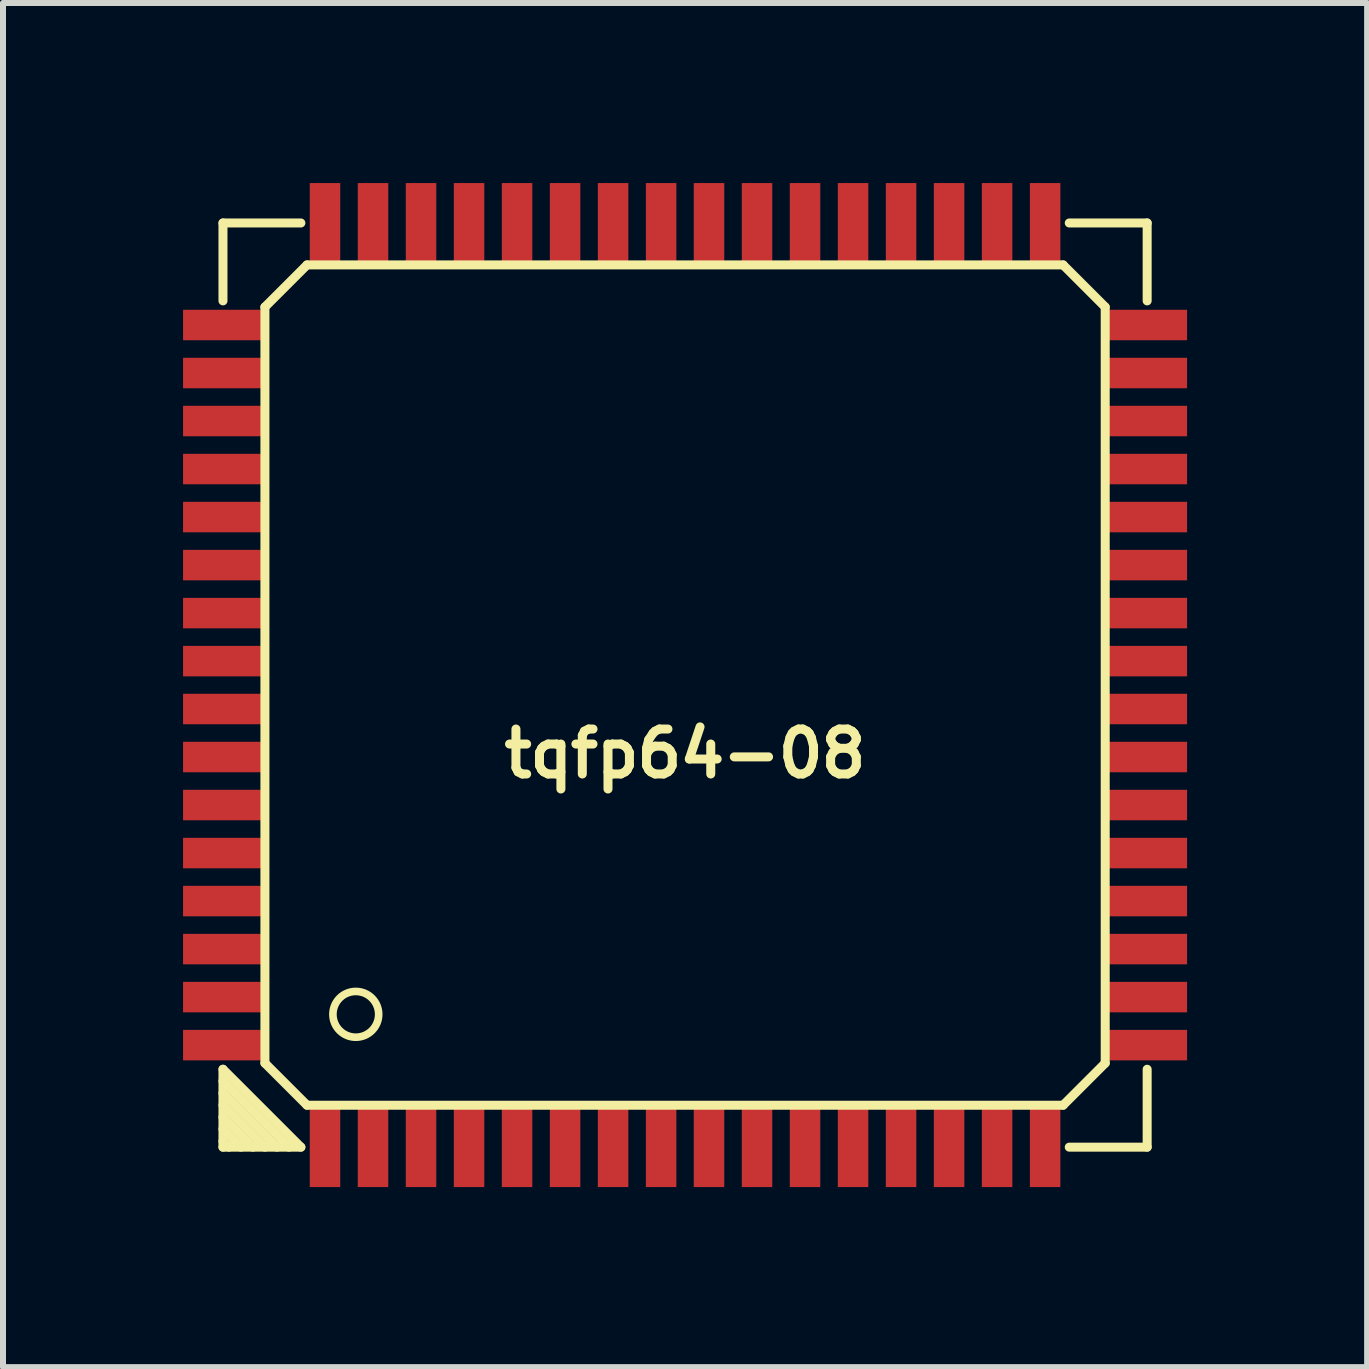
<source format=kicad_pcb>
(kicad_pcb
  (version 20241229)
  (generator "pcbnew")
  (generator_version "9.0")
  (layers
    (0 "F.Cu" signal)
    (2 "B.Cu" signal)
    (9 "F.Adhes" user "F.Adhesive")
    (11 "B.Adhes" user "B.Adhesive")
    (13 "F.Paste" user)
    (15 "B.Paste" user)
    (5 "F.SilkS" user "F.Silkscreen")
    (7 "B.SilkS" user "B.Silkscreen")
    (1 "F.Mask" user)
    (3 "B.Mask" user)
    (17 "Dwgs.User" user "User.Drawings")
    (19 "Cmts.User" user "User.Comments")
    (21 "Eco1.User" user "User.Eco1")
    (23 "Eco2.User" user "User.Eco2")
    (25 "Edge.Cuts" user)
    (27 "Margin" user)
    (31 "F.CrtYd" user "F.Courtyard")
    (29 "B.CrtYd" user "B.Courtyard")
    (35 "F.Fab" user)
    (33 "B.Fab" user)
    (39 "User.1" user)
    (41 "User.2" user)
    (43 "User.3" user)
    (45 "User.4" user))
  (footprint "tqfp64-08"
    (layer "F.Cu")
    (at 8.364 8.364)
    (property "Reference" "tqfp64-08" (at 0 1.143 0) (layer "F.SilkS") (effects (font (size 0.749 0.749) (thickness 0.15))))
    (attr through_hole)
    (fp_line (start -7.699 -7.699) (end -6.401 -7.699) (stroke (width 0.15) (type solid)) (layer "F.SilkS"))
    (fp_line (start -7.699 -6.401) (end -7.699 -7.699) (stroke (width 0.15) (type solid)) (layer "F.SilkS"))
    (fp_line (start -7.699 6.401) (end -6.401 7.699) (stroke (width 0.15) (type solid)) (layer "F.SilkS"))
    (fp_line (start -7.699 6.599) (end -6.599 7.699) (stroke (width 0.15) (type solid)) (layer "F.SilkS"))
    (fp_line (start -7.699 7) (end -7 7.699) (stroke (width 0.15) (type solid)) (layer "F.SilkS"))
    (fp_line (start -7.699 7.399) (end -7.399 7.699) (stroke (width 0.15) (type solid)) (layer "F.SilkS"))
    (fp_line (start -7.699 7.699) (end -7.699 6.401) (stroke (width 0.15) (type solid)) (layer "F.SilkS"))
    (fp_line (start -7.699 7.699) (end -6.401 7.699) (stroke (width 0.15) (type solid)) (layer "F.SilkS"))
    (fp_line (start -7.6 7.699) (end -7.699 7.6) (stroke (width 0.15) (type solid)) (layer "F.SilkS"))
    (fp_line (start -7.201 7.699) (end -7.699 7.201) (stroke (width 0.15) (type solid)) (layer "F.SilkS"))
    (fp_line (start -7 -6.299) (end -7 6.299) (stroke (width 0.15) (type solid)) (layer "F.SilkS"))
    (fp_line (start -7 6.299) (end -6.299 7) (stroke (width 0.15) (type solid)) (layer "F.SilkS"))
    (fp_line (start -6.8 7.699) (end -7.699 6.8) (stroke (width 0.15) (type solid)) (layer "F.SilkS"))
    (fp_line (start -6.299 -7) (end -7 -6.299) (stroke (width 0.15) (type solid)) (layer "F.SilkS"))
    (fp_line (start -6.299 7) (end 6.299 7) (stroke (width 0.15) (type solid)) (layer "F.SilkS"))
    (fp_line (start 6.299 -7) (end -6.299 -7) (stroke (width 0.15) (type solid)) (layer "F.SilkS"))
    (fp_line (start 6.299 7) (end 7 6.299) (stroke (width 0.15) (type solid)) (layer "F.SilkS"))
    (fp_line (start 6.401 -7.699) (end 7.699 -7.699) (stroke (width 0.15) (type solid)) (layer "F.SilkS"))
    (fp_line (start 6.401 7.699) (end 7.699 7.699) (stroke (width 0.15) (type solid)) (layer "F.SilkS"))
    (fp_line (start 7 -6.299) (end 6.299 -7) (stroke (width 0.15) (type solid)) (layer "F.SilkS"))
    (fp_line (start 7 6.299) (end 7 -6.299) (stroke (width 0.15) (type solid)) (layer "F.SilkS"))
    (fp_line (start 7.699 -7.699) (end 7.699 -6.401) (stroke (width 0.15) (type solid)) (layer "F.SilkS"))
    (fp_line (start 7.699 7.699) (end 7.699 6.401) (stroke (width 0.15) (type solid)) (layer "F.SilkS"))
    (fp_circle (center -5.486 5.486) (end -5.715 5.791) (stroke (width 0.127) (type solid)) (fill no) (layer "F.SilkS"))
    (pad "1" smd rect (at -5.999 7.714) (size 0.508 1.3) (layers "F.Cu" "F.Mask" "F.Paste"))
    (pad "2" smd rect (at -5.199 7.714) (size 0.508 1.3) (layers "F.Cu" "F.Mask" "F.Paste"))
    (pad "3" smd rect (at -4.399 7.714) (size 0.508 1.3) (layers "F.Cu" "F.Mask" "F.Paste"))
    (pad "4" smd rect (at -3.599 7.714) (size 0.508 1.3) (layers "F.Cu" "F.Mask" "F.Paste"))
    (pad "5" smd rect (at -2.799 7.714) (size 0.508 1.3) (layers "F.Cu" "F.Mask" "F.Paste"))
    (pad "6" smd rect (at -1.999 7.714) (size 0.508 1.3) (layers "F.Cu" "F.Mask" "F.Paste"))
    (pad "7" smd rect (at -1.199 7.714) (size 0.508 1.3) (layers "F.Cu" "F.Mask" "F.Paste"))
    (pad "8" smd rect (at -0.399 7.714) (size 0.508 1.3) (layers "F.Cu" "F.Mask" "F.Paste"))
    (pad "9" smd rect (at 0.399 7.714) (size 0.508 1.3) (layers "F.Cu" "F.Mask" "F.Paste"))
    (pad "10" smd rect (at 1.199 7.714) (size 0.508 1.3) (layers "F.Cu" "F.Mask" "F.Paste"))
    (pad "11" smd rect (at 1.999 7.714) (size 0.508 1.3) (layers "F.Cu" "F.Mask" "F.Paste"))
    (pad "12" smd rect (at 2.799 7.714) (size 0.508 1.3) (layers "F.Cu" "F.Mask" "F.Paste"))
    (pad "13" smd rect (at 3.599 7.714) (size 0.508 1.3) (layers "F.Cu" "F.Mask" "F.Paste"))
    (pad "14" smd rect (at 4.399 7.714) (size 0.508 1.3) (layers "F.Cu" "F.Mask" "F.Paste"))
    (pad "15" smd rect (at 5.199 7.714) (size 0.508 1.3) (layers "F.Cu" "F.Mask" "F.Paste"))
    (pad "16" smd rect (at 5.999 7.714) (size 0.508 1.3) (layers "F.Cu" "F.Mask" "F.Paste"))
    (pad "17" smd rect (at 7.714 5.999) (size 1.3 0.508) (layers "F.Cu" "F.Mask" "F.Paste"))
    (pad "18" smd rect (at 7.714 5.199) (size 1.3 0.508) (layers "F.Cu" "F.Mask" "F.Paste"))
    (pad "19" smd rect (at 7.714 4.399) (size 1.3 0.508) (layers "F.Cu" "F.Mask" "F.Paste"))
    (pad "20" smd rect (at 7.714 3.599) (size 1.3 0.508) (layers "F.Cu" "F.Mask" "F.Paste"))
    (pad "21" smd rect (at 7.714 2.799) (size 1.3 0.508) (layers "F.Cu" "F.Mask" "F.Paste"))
    (pad "22" smd rect (at 7.714 1.999) (size 1.3 0.508) (layers "F.Cu" "F.Mask" "F.Paste"))
    (pad "23" smd rect (at 7.714 1.199) (size 1.3 0.508) (layers "F.Cu" "F.Mask" "F.Paste"))
    (pad "24" smd rect (at 7.714 0.399) (size 1.3 0.508) (layers "F.Cu" "F.Mask" "F.Paste"))
    (pad "25" smd rect (at 7.714 -0.399) (size 1.3 0.508) (layers "F.Cu" "F.Mask" "F.Paste"))
    (pad "26" smd rect (at 7.714 -1.199) (size 1.3 0.508) (layers "F.Cu" "F.Mask" "F.Paste"))
    (pad "27" smd rect (at 7.714 -1.999) (size 1.3 0.508) (layers "F.Cu" "F.Mask" "F.Paste"))
    (pad "28" smd rect (at 7.714 -2.799) (size 1.3 0.508) (layers "F.Cu" "F.Mask" "F.Paste"))
    (pad "29" smd rect (at 7.714 -3.599) (size 1.3 0.508) (layers "F.Cu" "F.Mask" "F.Paste"))
    (pad "30" smd rect (at 7.714 -4.399) (size 1.3 0.508) (layers "F.Cu" "F.Mask" "F.Paste"))
    (pad "31" smd rect (at 7.714 -5.199) (size 1.3 0.508) (layers "F.Cu" "F.Mask" "F.Paste"))
    (pad "32" smd rect (at 7.714 -5.999) (size 1.3 0.508) (layers "F.Cu" "F.Mask" "F.Paste"))
    (pad "33" smd rect (at 5.999 -7.714) (size 0.508 1.3) (layers "F.Cu" "F.Mask" "F.Paste"))
    (pad "34" smd rect (at 5.199 -7.714) (size 0.508 1.3) (layers "F.Cu" "F.Mask" "F.Paste"))
    (pad "35" smd rect (at 4.399 -7.714) (size 0.508 1.3) (layers "F.Cu" "F.Mask" "F.Paste"))
    (pad "36" smd rect (at 3.599 -7.714) (size 0.508 1.3) (layers "F.Cu" "F.Mask" "F.Paste"))
    (pad "37" smd rect (at 2.799 -7.714) (size 0.508 1.3) (layers "F.Cu" "F.Mask" "F.Paste"))
    (pad "38" smd rect (at 1.999 -7.714) (size 0.508 1.3) (layers "F.Cu" "F.Mask" "F.Paste"))
    (pad "39" smd rect (at 1.199 -7.714) (size 0.508 1.3) (layers "F.Cu" "F.Mask" "F.Paste"))
    (pad "40" smd rect (at 0.399 -7.714) (size 0.508 1.3) (layers "F.Cu" "F.Mask" "F.Paste"))
    (pad "41" smd rect (at -0.399 -7.714) (size 0.508 1.3) (layers "F.Cu" "F.Mask" "F.Paste"))
    (pad "42" smd rect (at -1.199 -7.714) (size 0.508 1.3) (layers "F.Cu" "F.Mask" "F.Paste"))
    (pad "43" smd rect (at -1.999 -7.714) (size 0.508 1.3) (layers "F.Cu" "F.Mask" "F.Paste"))
    (pad "44" smd rect (at -2.799 -7.714) (size 0.508 1.3) (layers "F.Cu" "F.Mask" "F.Paste"))
    (pad "45" smd rect (at -3.599 -7.714) (size 0.508 1.3) (layers "F.Cu" "F.Mask" "F.Paste"))
    (pad "46" smd rect (at -4.399 -7.714) (size 0.508 1.3) (layers "F.Cu" "F.Mask" "F.Paste"))
    (pad "47" smd rect (at -5.199 -7.714) (size 0.508 1.3) (layers "F.Cu" "F.Mask" "F.Paste"))
    (pad "48" smd rect (at -5.999 -7.714) (size 0.508 1.3) (layers "F.Cu" "F.Mask" "F.Paste"))
    (pad "49" smd rect (at -7.714 -5.999) (size 1.3 0.508) (layers "F.Cu" "F.Mask" "F.Paste"))
    (pad "50" smd rect (at -7.714 -5.199) (size 1.3 0.508) (layers "F.Cu" "F.Mask" "F.Paste"))
    (pad "51" smd rect (at -7.714 -4.399) (size 1.3 0.508) (layers "F.Cu" "F.Mask" "F.Paste"))
    (pad "52" smd rect (at -7.714 -3.599) (size 1.3 0.508) (layers "F.Cu" "F.Mask" "F.Paste"))
    (pad "53" smd rect (at -7.714 -2.799) (size 1.3 0.508) (layers "F.Cu" "F.Mask" "F.Paste"))
    (pad "54" smd rect (at -7.714 -1.999) (size 1.3 0.508) (layers "F.Cu" "F.Mask" "F.Paste"))
    (pad "55" smd rect (at -7.714 -1.199) (size 1.3 0.508) (layers "F.Cu" "F.Mask" "F.Paste"))
    (pad "56" smd rect (at -7.714 -0.399) (size 1.3 0.508) (layers "F.Cu" "F.Mask" "F.Paste"))
    (pad "57" smd rect (at -7.714 0.399) (size 1.3 0.508) (layers "F.Cu" "F.Mask" "F.Paste"))
    (pad "58" smd rect (at -7.714 1.199) (size 1.3 0.508) (layers "F.Cu" "F.Mask" "F.Paste"))
    (pad "59" smd rect (at -7.714 1.999) (size 1.3 0.508) (layers "F.Cu" "F.Mask" "F.Paste"))
    (pad "60" smd rect (at -7.714 2.799) (size 1.3 0.508) (layers "F.Cu" "F.Mask" "F.Paste"))
    (pad "61" smd rect (at -7.714 3.599) (size 1.3 0.508) (layers "F.Cu" "F.Mask" "F.Paste"))
    (pad "62" smd rect (at -7.714 4.399) (size 1.3 0.508) (layers "F.Cu" "F.Mask" "F.Paste"))
    (pad "63" smd rect (at -7.714 5.199) (size 1.3 0.508) (layers "F.Cu" "F.Mask" "F.Paste"))
    (pad "64" smd rect (at -7.714 5.999) (size 1.3 0.508) (layers "F.Cu" "F.Mask" "F.Paste")))
  (gr_rect
    (start -3 -3)
    (end 19.728 19.728)
    (stroke (width 0.1) (type default))
    (fill no)
    (layer "Edge.Cuts")))
</source>
